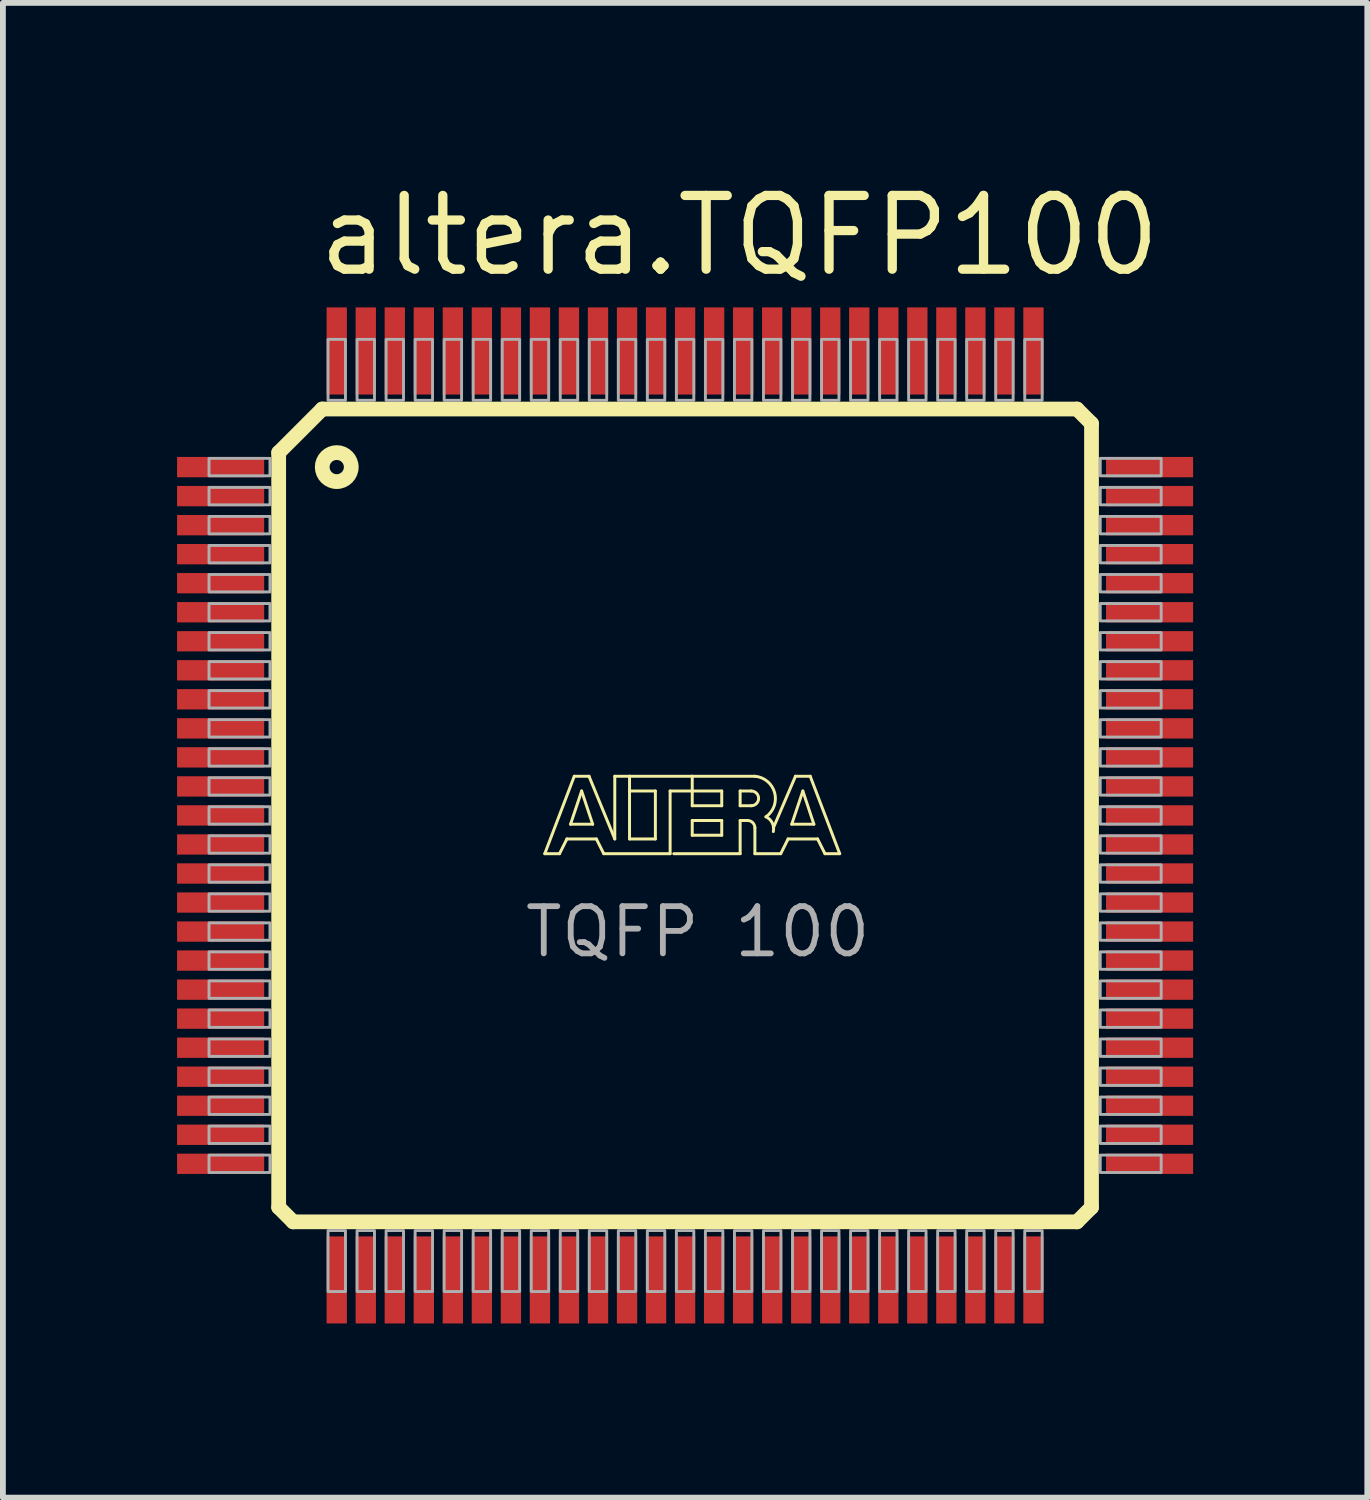
<source format=kicad_pcb>
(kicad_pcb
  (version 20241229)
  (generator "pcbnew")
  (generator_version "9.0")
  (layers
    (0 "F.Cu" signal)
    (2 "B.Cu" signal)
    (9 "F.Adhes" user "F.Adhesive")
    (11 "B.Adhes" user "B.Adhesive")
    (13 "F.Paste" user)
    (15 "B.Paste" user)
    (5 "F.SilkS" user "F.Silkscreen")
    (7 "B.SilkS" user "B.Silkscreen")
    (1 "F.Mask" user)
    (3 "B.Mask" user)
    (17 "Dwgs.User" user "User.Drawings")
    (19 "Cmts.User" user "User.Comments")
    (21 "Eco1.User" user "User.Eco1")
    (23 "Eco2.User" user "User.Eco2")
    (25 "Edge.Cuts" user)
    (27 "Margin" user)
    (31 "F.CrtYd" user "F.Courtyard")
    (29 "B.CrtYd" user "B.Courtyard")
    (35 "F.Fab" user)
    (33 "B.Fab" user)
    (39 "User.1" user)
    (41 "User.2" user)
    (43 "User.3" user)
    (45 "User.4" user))
  (footprint "altera.TQFP100"
    (layer "F.Cu")
    (at 8.75 10.995)
    (property "Reference" "altera.TQFP100" (at -6.395 -9.245 0) (layer "F.SilkS") (effects (font (size 1.27 1.27) (thickness 0.16)) (justify left bottom)))
    (attr smd)
    (fp_line (start -7 -6.25) (end -6.25 -7) (stroke (width 0.254) (type default)) (layer "F.SilkS"))
    (fp_line (start -7 6.75) (end -7 -6.25) (stroke (width 0.254) (type default)) (layer "F.SilkS"))
    (fp_line (start -6.75 7) (end -7 6.75) (stroke (width 0.254) (type default)) (layer "F.SilkS"))
    (fp_line (start -6.25 -7) (end 6.75 -7) (stroke (width 0.254) (type default)) (layer "F.SilkS"))
    (fp_line (start -2.417 0.659) (end -1.909 -0.675) (stroke (width 0.051) (type default)) (layer "F.SilkS"))
    (fp_line (start -2.163 0.659) (end -2.417 0.659) (stroke (width 0.051) (type default)) (layer "F.SilkS"))
    (fp_line (start -2.036 0.405) (end -2.163 0.659) (stroke (width 0.051) (type default)) (layer "F.SilkS"))
    (fp_line (start -1.973 0.151) (end -1.592 0.151) (stroke (width 0.051) (type default)) (layer "F.SilkS"))
    (fp_line (start -1.909 -0.675) (end -1.655 -0.675) (stroke (width 0.051) (type default)) (layer "F.SilkS"))
    (fp_line (start -1.782 -0.421) (end -1.973 0.151) (stroke (width 0.051) (type default)) (layer "F.SilkS"))
    (fp_line (start -1.655 -0.675) (end -1.211 0.405) (stroke (width 0.051) (type default)) (layer "F.SilkS"))
    (fp_line (start -1.592 0.151) (end -1.782 -0.421) (stroke (width 0.051) (type default)) (layer "F.SilkS"))
    (fp_line (start -1.528 0.405) (end -2.036 0.405) (stroke (width 0.051) (type default)) (layer "F.SilkS"))
    (fp_line (start -1.401 0.659) (end -1.528 0.405) (stroke (width 0.051) (type default)) (layer "F.SilkS"))
    (fp_line (start -1.211 -0.675) (end -0.957 -0.675) (stroke (width 0.051) (type default)) (layer "F.SilkS"))
    (fp_line (start -1.211 0.405) (end -1.211 -0.675) (stroke (width 0.051) (type default)) (layer "F.SilkS"))
    (fp_line (start -0.957 -0.675) (end -0.957 -0.421) (stroke (width 0.051) (type default)) (layer "F.SilkS"))
    (fp_line (start -0.957 -0.675) (end 0.123 -0.675) (stroke (width 0.051) (type default)) (layer "F.SilkS"))
    (fp_line (start -0.957 -0.421) (end -0.957 0.405) (stroke (width 0.051) (type default)) (layer "F.SilkS"))
    (fp_line (start -0.957 0.405) (end -0.512 0.405) (stroke (width 0.051) (type default)) (layer "F.SilkS"))
    (fp_line (start -0.512 -0.421) (end -0.957 -0.421) (stroke (width 0.051) (type default)) (layer "F.SilkS"))
    (fp_line (start -0.512 0.405) (end -0.512 -0.421) (stroke (width 0.051) (type default)) (layer "F.SilkS"))
    (fp_line (start -0.258 -0.421) (end -0.258 0.659) (stroke (width 0.051) (type default)) (layer "F.SilkS"))
    (fp_line (start -0.258 0.659) (end -1.401 0.659) (stroke (width 0.051) (type default)) (layer "F.SilkS"))
    (fp_line (start 0.123 -0.675) (end 0.123 -0.421) (stroke (width 0.051) (type default)) (layer "F.SilkS"))
    (fp_line (start 0.123 -0.675) (end 1.202 -0.675) (stroke (width 0.051) (type default)) (layer "F.SilkS"))
    (fp_line (start 0.123 -0.421) (end -0.258 -0.421) (stroke (width 0.051) (type default)) (layer "F.SilkS"))
    (fp_line (start 0.123 -0.421) (end 0.123 -0.167) (stroke (width 0.051) (type default)) (layer "F.SilkS"))
    (fp_line (start 0.123 -0.167) (end 0.631 -0.167) (stroke (width 0.051) (type default)) (layer "F.SilkS"))
    (fp_line (start 0.123 0.087) (end 0.631 0.087) (stroke (width 0.051) (type default)) (layer "F.SilkS"))
    (fp_line (start 0.123 0.341) (end 0.123 0.087) (stroke (width 0.051) (type default)) (layer "F.SilkS"))
    (fp_line (start 0.631 -0.421) (end 0.123 -0.421) (stroke (width 0.051) (type default)) (layer "F.SilkS"))
    (fp_line (start 0.631 -0.167) (end 0.631 -0.421) (stroke (width 0.051) (type default)) (layer "F.SilkS"))
    (fp_line (start 0.631 0.087) (end 0.631 0.341) (stroke (width 0.051) (type default)) (layer "F.SilkS"))
    (fp_line (start 0.631 0.341) (end 0.123 0.341) (stroke (width 0.051) (type default)) (layer "F.SilkS"))
    (fp_line (start 0.948 -0.421) (end 0.948 -0.167) (stroke (width 0.051) (type default)) (layer "F.SilkS"))
    (fp_line (start 0.948 -0.167) (end 1.139 -0.167) (stroke (width 0.051) (type default)) (layer "F.SilkS"))
    (fp_line (start 0.948 0.087) (end 0.948 0.659) (stroke (width 0.051) (type default)) (layer "F.SilkS"))
    (fp_line (start 0.948 0.087) (end 1.075 0.087) (stroke (width 0.051) (type default)) (layer "F.SilkS"))
    (fp_line (start 0.948 0.659) (end -0.195 0.659) (stroke (width 0.051) (type default)) (layer "F.SilkS"))
    (fp_line (start 1.139 -0.421) (end 0.948 -0.421) (stroke (width 0.051) (type default)) (layer "F.SilkS"))
    (fp_line (start 1.202 0.214) (end 1.202 0.659) (stroke (width 0.051) (type default)) (layer "F.SilkS"))
    (fp_line (start 1.202 0.659) (end 1.647 0.659) (stroke (width 0.051) (type default)) (layer "F.SilkS"))
    (fp_line (start 1.647 0.659) (end 1.774 0.405) (stroke (width 0.051) (type default)) (layer "F.SilkS"))
    (fp_line (start 1.774 0.405) (end 2.282 0.405) (stroke (width 0.051) (type default)) (layer "F.SilkS"))
    (fp_line (start 1.837 0.151) (end 2.028 -0.421) (stroke (width 0.051) (type default)) (layer "F.SilkS"))
    (fp_line (start 1.901 -0.675) (end 1.52 0.214) (stroke (width 0.051) (type default)) (layer "F.SilkS"))
    (fp_line (start 2.028 -0.421) (end 2.218 0.151) (stroke (width 0.051) (type default)) (layer "F.SilkS"))
    (fp_line (start 2.155 -0.675) (end 1.901 -0.675) (stroke (width 0.051) (type default)) (layer "F.SilkS"))
    (fp_line (start 2.218 0.151) (end 1.837 0.151) (stroke (width 0.051) (type default)) (layer "F.SilkS"))
    (fp_line (start 2.282 0.405) (end 2.409 0.659) (stroke (width 0.051) (type default)) (layer "F.SilkS"))
    (fp_line (start 2.409 0.659) (end 2.663 0.659) (stroke (width 0.051) (type default)) (layer "F.SilkS"))
    (fp_line (start 2.663 0.659) (end 2.155 -0.675) (stroke (width 0.051) (type default)) (layer "F.SilkS"))
    (fp_line (start 6.75 -7) (end 7 -6.75) (stroke (width 0.254) (type default)) (layer "F.SilkS"))
    (fp_line (start 6.75 7) (end -6.75 7) (stroke (width 0.254) (type default)) (layer "F.SilkS"))
    (fp_line (start 7 -6.75) (end 7 6.75) (stroke (width 0.254) (type default)) (layer "F.SilkS"))
    (fp_line (start 7 6.75) (end 6.75 7) (stroke (width 0.254) (type default)) (layer "F.SilkS"))
    (fp_arc (start 1.075 0.087) (mid 1.164803 0.124197) (end 1.202 0.214) (stroke (width 0.0508) (type default)) (layer "F.SilkS"))
    (fp_arc (start 1.139 -0.421) (mid 1.266 -0.294) (end 1.139 -0.167) (stroke (width 0.0508) (type default)) (layer "F.SilkS"))
    (fp_arc (start 1.202 -0.675) (mid 1.542015 -0.39233) (end 1.3928 0.0239) (stroke (width 0.0508) (type default)) (layer "F.SilkS"))
    (fp_arc (start 1.3929 0.0234) (mid 1.500901 0.128252) (end 1.5197 0.2776) (stroke (width 0.0508) (type default)) (layer "F.SilkS"))
    (fp_circle (center -6 -6) (end -5.75 -6) (stroke (width 0.254) (type default)) (fill no) (layer "F.SilkS"))
    (fp_rect (start -8.2 -5.85) (end -7.15 -6.15) (stroke (width 0.05) (type default)) (fill no) (layer "F.Fab"))
    (fp_rect (start -8.2 -5.35) (end -7.15 -5.65) (stroke (width 0.05) (type default)) (fill no) (layer "F.Fab"))
    (fp_rect (start -8.2 -4.85) (end -7.15 -5.15) (stroke (width 0.05) (type default)) (fill no) (layer "F.Fab"))
    (fp_rect (start -8.2 -4.35) (end -7.15 -4.65) (stroke (width 0.05) (type default)) (fill no) (layer "F.Fab"))
    (fp_rect (start -8.2 -3.85) (end -7.15 -4.15) (stroke (width 0.05) (type default)) (fill no) (layer "F.Fab"))
    (fp_rect (start -8.2 -3.35) (end -7.15 -3.65) (stroke (width 0.05) (type default)) (fill no) (layer "F.Fab"))
    (fp_rect (start -8.2 -2.85) (end -7.15 -3.15) (stroke (width 0.05) (type default)) (fill no) (layer "F.Fab"))
    (fp_rect (start -8.2 -2.35) (end -7.15 -2.65) (stroke (width 0.05) (type default)) (fill no) (layer "F.Fab"))
    (fp_rect (start -8.2 -1.85) (end -7.15 -2.15) (stroke (width 0.05) (type default)) (fill no) (layer "F.Fab"))
    (fp_rect (start -8.2 -1.35) (end -7.15 -1.65) (stroke (width 0.05) (type default)) (fill no) (layer "F.Fab"))
    (fp_rect (start -8.2 -0.85) (end -7.15 -1.15) (stroke (width 0.05) (type default)) (fill no) (layer "F.Fab"))
    (fp_rect (start -8.2 -0.35) (end -7.15 -0.65) (stroke (width 0.05) (type default)) (fill no) (layer "F.Fab"))
    (fp_rect (start -8.2 0.15) (end -7.15 -0.15) (stroke (width 0.05) (type default)) (fill no) (layer "F.Fab"))
    (fp_rect (start -8.2 0.65) (end -7.15 0.35) (stroke (width 0.05) (type default)) (fill no) (layer "F.Fab"))
    (fp_rect (start -8.2 1.15) (end -7.15 0.85) (stroke (width 0.05) (type default)) (fill no) (layer "F.Fab"))
    (fp_rect (start -8.2 1.65) (end -7.15 1.35) (stroke (width 0.05) (type default)) (fill no) (layer "F.Fab"))
    (fp_rect (start -8.2 2.15) (end -7.15 1.85) (stroke (width 0.05) (type default)) (fill no) (layer "F.Fab"))
    (fp_rect (start -8.2 2.65) (end -7.15 2.35) (stroke (width 0.05) (type default)) (fill no) (layer "F.Fab"))
    (fp_rect (start -8.2 3.15) (end -7.15 2.85) (stroke (width 0.05) (type default)) (fill no) (layer "F.Fab"))
    (fp_rect (start -8.2 3.65) (end -7.15 3.35) (stroke (width 0.05) (type default)) (fill no) (layer "F.Fab"))
    (fp_rect (start -8.2 4.15) (end -7.15 3.85) (stroke (width 0.05) (type default)) (fill no) (layer "F.Fab"))
    (fp_rect (start -8.2 4.65) (end -7.15 4.35) (stroke (width 0.05) (type default)) (fill no) (layer "F.Fab"))
    (fp_rect (start -8.2 5.15) (end -7.15 4.85) (stroke (width 0.05) (type default)) (fill no) (layer "F.Fab"))
    (fp_rect (start -8.2 5.65) (end -7.15 5.35) (stroke (width 0.05) (type default)) (fill no) (layer "F.Fab"))
    (fp_rect (start -8.2 6.15) (end -7.15 5.85) (stroke (width 0.05) (type default)) (fill no) (layer "F.Fab"))
    (fp_rect (start -6.15 -7.15) (end -5.85 -8.2) (stroke (width 0.05) (type default)) (fill no) (layer "F.Fab"))
    (fp_rect (start -6.15 8.2) (end -5.85 7.15) (stroke (width 0.05) (type default)) (fill no) (layer "F.Fab"))
    (fp_rect (start -5.65 -7.15) (end -5.35 -8.2) (stroke (width 0.05) (type default)) (fill no) (layer "F.Fab"))
    (fp_rect (start -5.65 8.2) (end -5.35 7.15) (stroke (width 0.05) (type default)) (fill no) (layer "F.Fab"))
    (fp_rect (start -5.15 -7.15) (end -4.85 -8.2) (stroke (width 0.05) (type default)) (fill no) (layer "F.Fab"))
    (fp_rect (start -5.15 8.2) (end -4.85 7.15) (stroke (width 0.05) (type default)) (fill no) (layer "F.Fab"))
    (fp_rect (start -4.65 -7.15) (end -4.35 -8.2) (stroke (width 0.05) (type default)) (fill no) (layer "F.Fab"))
    (fp_rect (start -4.65 8.2) (end -4.35 7.15) (stroke (width 0.05) (type default)) (fill no) (layer "F.Fab"))
    (fp_rect (start -4.15 -7.15) (end -3.85 -8.2) (stroke (width 0.05) (type default)) (fill no) (layer "F.Fab"))
    (fp_rect (start -4.15 8.2) (end -3.85 7.15) (stroke (width 0.05) (type default)) (fill no) (layer "F.Fab"))
    (fp_rect (start -3.65 -7.15) (end -3.35 -8.2) (stroke (width 0.05) (type default)) (fill no) (layer "F.Fab"))
    (fp_rect (start -3.65 8.2) (end -3.35 7.15) (stroke (width 0.05) (type default)) (fill no) (layer "F.Fab"))
    (fp_rect (start -3.15 -7.15) (end -2.85 -8.2) (stroke (width 0.05) (type default)) (fill no) (layer "F.Fab"))
    (fp_rect (start -3.15 8.2) (end -2.85 7.15) (stroke (width 0.05) (type default)) (fill no) (layer "F.Fab"))
    (fp_rect (start -2.65 -7.15) (end -2.35 -8.2) (stroke (width 0.05) (type default)) (fill no) (layer "F.Fab"))
    (fp_rect (start -2.65 8.2) (end -2.35 7.15) (stroke (width 0.05) (type default)) (fill no) (layer "F.Fab"))
    (fp_rect (start -2.15 -7.15) (end -1.85 -8.2) (stroke (width 0.05) (type default)) (fill no) (layer "F.Fab"))
    (fp_rect (start -2.15 8.2) (end -1.85 7.15) (stroke (width 0.05) (type default)) (fill no) (layer "F.Fab"))
    (fp_rect (start -1.65 -7.15) (end -1.35 -8.2) (stroke (width 0.05) (type default)) (fill no) (layer "F.Fab"))
    (fp_rect (start -1.65 8.2) (end -1.35 7.15) (stroke (width 0.05) (type default)) (fill no) (layer "F.Fab"))
    (fp_rect (start -1.15 -7.15) (end -0.85 -8.2) (stroke (width 0.05) (type default)) (fill no) (layer "F.Fab"))
    (fp_rect (start -1.15 8.2) (end -0.85 7.15) (stroke (width 0.05) (type default)) (fill no) (layer "F.Fab"))
    (fp_rect (start -0.65 -7.15) (end -0.35 -8.2) (stroke (width 0.05) (type default)) (fill no) (layer "F.Fab"))
    (fp_rect (start -0.65 8.2) (end -0.35 7.15) (stroke (width 0.05) (type default)) (fill no) (layer "F.Fab"))
    (fp_rect (start -0.15 -7.15) (end 0.15 -8.2) (stroke (width 0.05) (type default)) (fill no) (layer "F.Fab"))
    (fp_rect (start -0.15 8.2) (end 0.15 7.15) (stroke (width 0.05) (type default)) (fill no) (layer "F.Fab"))
    (fp_rect (start 0.35 -7.15) (end 0.65 -8.2) (stroke (width 0.05) (type default)) (fill no) (layer "F.Fab"))
    (fp_rect (start 0.35 8.2) (end 0.65 7.15) (stroke (width 0.05) (type default)) (fill no) (layer "F.Fab"))
    (fp_rect (start 0.85 -7.15) (end 1.15 -8.2) (stroke (width 0.05) (type default)) (fill no) (layer "F.Fab"))
    (fp_rect (start 0.85 8.2) (end 1.15 7.15) (stroke (width 0.05) (type default)) (fill no) (layer "F.Fab"))
    (fp_rect (start 1.35 -7.15) (end 1.65 -8.2) (stroke (width 0.05) (type default)) (fill no) (layer "F.Fab"))
    (fp_rect (start 1.35 8.2) (end 1.65 7.15) (stroke (width 0.05) (type default)) (fill no) (layer "F.Fab"))
    (fp_rect (start 1.85 -7.15) (end 2.15 -8.2) (stroke (width 0.05) (type default)) (fill no) (layer "F.Fab"))
    (fp_rect (start 1.85 8.2) (end 2.15 7.15) (stroke (width 0.05) (type default)) (fill no) (layer "F.Fab"))
    (fp_rect (start 2.35 -7.15) (end 2.65 -8.2) (stroke (width 0.05) (type default)) (fill no) (layer "F.Fab"))
    (fp_rect (start 2.35 8.2) (end 2.65 7.15) (stroke (width 0.05) (type default)) (fill no) (layer "F.Fab"))
    (fp_rect (start 2.85 -7.15) (end 3.15 -8.2) (stroke (width 0.05) (type default)) (fill no) (layer "F.Fab"))
    (fp_rect (start 2.85 8.2) (end 3.15 7.15) (stroke (width 0.05) (type default)) (fill no) (layer "F.Fab"))
    (fp_rect (start 3.35 -7.15) (end 3.65 -8.2) (stroke (width 0.05) (type default)) (fill no) (layer "F.Fab"))
    (fp_rect (start 3.35 8.2) (end 3.65 7.15) (stroke (width 0.05) (type default)) (fill no) (layer "F.Fab"))
    (fp_rect (start 3.85 -7.15) (end 4.15 -8.2) (stroke (width 0.05) (type default)) (fill no) (layer "F.Fab"))
    (fp_rect (start 3.85 8.2) (end 4.15 7.15) (stroke (width 0.05) (type default)) (fill no) (layer "F.Fab"))
    (fp_rect (start 4.35 -7.15) (end 4.65 -8.2) (stroke (width 0.05) (type default)) (fill no) (layer "F.Fab"))
    (fp_rect (start 4.35 8.2) (end 4.65 7.15) (stroke (width 0.05) (type default)) (fill no) (layer "F.Fab"))
    (fp_rect (start 4.85 -7.15) (end 5.15 -8.2) (stroke (width 0.05) (type default)) (fill no) (layer "F.Fab"))
    (fp_rect (start 4.85 8.2) (end 5.15 7.15) (stroke (width 0.05) (type default)) (fill no) (layer "F.Fab"))
    (fp_rect (start 5.35 -7.15) (end 5.65 -8.2) (stroke (width 0.05) (type default)) (fill no) (layer "F.Fab"))
    (fp_rect (start 5.35 8.2) (end 5.65 7.15) (stroke (width 0.05) (type default)) (fill no) (layer "F.Fab"))
    (fp_rect (start 5.85 -7.15) (end 6.15 -8.2) (stroke (width 0.05) (type default)) (fill no) (layer "F.Fab"))
    (fp_rect (start 5.85 8.2) (end 6.15 7.15) (stroke (width 0.05) (type default)) (fill no) (layer "F.Fab"))
    (fp_rect (start 7.15 -5.85) (end 8.2 -6.15) (stroke (width 0.05) (type default)) (fill no) (layer "F.Fab"))
    (fp_rect (start 7.15 -5.35) (end 8.2 -5.65) (stroke (width 0.05) (type default)) (fill no) (layer "F.Fab"))
    (fp_rect (start 7.15 -4.85) (end 8.2 -5.15) (stroke (width 0.05) (type default)) (fill no) (layer "F.Fab"))
    (fp_rect (start 7.15 -4.35) (end 8.2 -4.65) (stroke (width 0.05) (type default)) (fill no) (layer "F.Fab"))
    (fp_rect (start 7.15 -3.85) (end 8.2 -4.15) (stroke (width 0.05) (type default)) (fill no) (layer "F.Fab"))
    (fp_rect (start 7.15 -3.35) (end 8.2 -3.65) (stroke (width 0.05) (type default)) (fill no) (layer "F.Fab"))
    (fp_rect (start 7.15 -2.85) (end 8.2 -3.15) (stroke (width 0.05) (type default)) (fill no) (layer "F.Fab"))
    (fp_rect (start 7.15 -2.35) (end 8.2 -2.65) (stroke (width 0.05) (type default)) (fill no) (layer "F.Fab"))
    (fp_rect (start 7.15 -1.85) (end 8.2 -2.15) (stroke (width 0.05) (type default)) (fill no) (layer "F.Fab"))
    (fp_rect (start 7.15 -1.35) (end 8.2 -1.65) (stroke (width 0.05) (type default)) (fill no) (layer "F.Fab"))
    (fp_rect (start 7.15 -0.85) (end 8.2 -1.15) (stroke (width 0.05) (type default)) (fill no) (layer "F.Fab"))
    (fp_rect (start 7.15 -0.35) (end 8.2 -0.65) (stroke (width 0.05) (type default)) (fill no) (layer "F.Fab"))
    (fp_rect (start 7.15 0.15) (end 8.2 -0.15) (stroke (width 0.05) (type default)) (fill no) (layer "F.Fab"))
    (fp_rect (start 7.15 0.65) (end 8.2 0.35) (stroke (width 0.05) (type default)) (fill no) (layer "F.Fab"))
    (fp_rect (start 7.15 1.15) (end 8.2 0.85) (stroke (width 0.05) (type default)) (fill no) (layer "F.Fab"))
    (fp_rect (start 7.15 1.65) (end 8.2 1.35) (stroke (width 0.05) (type default)) (fill no) (layer "F.Fab"))
    (fp_rect (start 7.15 2.15) (end 8.2 1.85) (stroke (width 0.05) (type default)) (fill no) (layer "F.Fab"))
    (fp_rect (start 7.15 2.65) (end 8.2 2.35) (stroke (width 0.05) (type default)) (fill no) (layer "F.Fab"))
    (fp_rect (start 7.15 3.15) (end 8.2 2.85) (stroke (width 0.05) (type default)) (fill no) (layer "F.Fab"))
    (fp_rect (start 7.15 3.65) (end 8.2 3.35) (stroke (width 0.05) (type default)) (fill no) (layer "F.Fab"))
    (fp_rect (start 7.15 4.15) (end 8.2 3.85) (stroke (width 0.05) (type default)) (fill no) (layer "F.Fab"))
    (fp_rect (start 7.15 4.65) (end 8.2 4.35) (stroke (width 0.05) (type default)) (fill no) (layer "F.Fab"))
    (fp_rect (start 7.15 5.15) (end 8.2 4.85) (stroke (width 0.05) (type default)) (fill no) (layer "F.Fab"))
    (fp_rect (start 7.15 5.65) (end 8.2 5.35) (stroke (width 0.05) (type default)) (fill no) (layer "F.Fab"))
    (fp_rect (start 7.15 6.15) (end 8.2 5.85) (stroke (width 0.05) (type default)) (fill no) (layer "F.Fab"))
    (fp_text user "TQFP 100" (at -2.81 2.48 0) (layer "F.Fab") (effects (font (size 0.813 0.813) (thickness 0.1)) (justify left bottom)))
    (pad "1" smd roundrect (at -8 -6) (size 1.5 0.35) (layers "F.Cu" "F.Mask" "F.Paste") (roundrect_rratio 0.01))
    (pad "2" smd roundrect (at -8 -5.5) (size 1.5 0.35) (layers "F.Cu" "F.Mask" "F.Paste") (roundrect_rratio 0.01))
    (pad "3" smd roundrect (at -8 -5) (size 1.5 0.35) (layers "F.Cu" "F.Mask" "F.Paste") (roundrect_rratio 0.01))
    (pad "4" smd roundrect (at -8 -4.5) (size 1.5 0.35) (layers "F.Cu" "F.Mask" "F.Paste") (roundrect_rratio 0.01))
    (pad "5" smd roundrect (at -8 -4) (size 1.5 0.35) (layers "F.Cu" "F.Mask" "F.Paste") (roundrect_rratio 0.01))
    (pad "6" smd roundrect (at -8 -3.5) (size 1.5 0.35) (layers "F.Cu" "F.Mask" "F.Paste") (roundrect_rratio 0.01))
    (pad "7" smd roundrect (at -8 -3) (size 1.5 0.35) (layers "F.Cu" "F.Mask" "F.Paste") (roundrect_rratio 0.01))
    (pad "8" smd roundrect (at -8 -2.5) (size 1.5 0.35) (layers "F.Cu" "F.Mask" "F.Paste") (roundrect_rratio 0.01))
    (pad "9" smd roundrect (at -8 -2) (size 1.5 0.35) (layers "F.Cu" "F.Mask" "F.Paste") (roundrect_rratio 0.01))
    (pad "10" smd roundrect (at -8 -1.5) (size 1.5 0.35) (layers "F.Cu" "F.Mask" "F.Paste") (roundrect_rratio 0.01))
    (pad "11" smd roundrect (at -8 -1) (size 1.5 0.35) (layers "F.Cu" "F.Mask" "F.Paste") (roundrect_rratio 0.01))
    (pad "12" smd roundrect (at -8 -0.5) (size 1.5 0.35) (layers "F.Cu" "F.Mask" "F.Paste") (roundrect_rratio 0.01))
    (pad "13" smd roundrect (at -8 0) (size 1.5 0.35) (layers "F.Cu" "F.Mask" "F.Paste") (roundrect_rratio 0.01))
    (pad "14" smd roundrect (at -8 0.5) (size 1.5 0.35) (layers "F.Cu" "F.Mask" "F.Paste") (roundrect_rratio 0.01))
    (pad "15" smd roundrect (at -8 1) (size 1.5 0.35) (layers "F.Cu" "F.Mask" "F.Paste") (roundrect_rratio 0.01))
    (pad "16" smd roundrect (at -8 1.5) (size 1.5 0.35) (layers "F.Cu" "F.Mask" "F.Paste") (roundrect_rratio 0.01))
    (pad "17" smd roundrect (at -8 2) (size 1.5 0.35) (layers "F.Cu" "F.Mask" "F.Paste") (roundrect_rratio 0.01))
    (pad "18" smd roundrect (at -8 2.5) (size 1.5 0.35) (layers "F.Cu" "F.Mask" "F.Paste") (roundrect_rratio 0.01))
    (pad "19" smd roundrect (at -8 3) (size 1.5 0.35) (layers "F.Cu" "F.Mask" "F.Paste") (roundrect_rratio 0.01))
    (pad "20" smd roundrect (at -8 3.5) (size 1.5 0.35) (layers "F.Cu" "F.Mask" "F.Paste") (roundrect_rratio 0.01))
    (pad "21" smd roundrect (at -8 4) (size 1.5 0.35) (layers "F.Cu" "F.Mask" "F.Paste") (roundrect_rratio 0.01))
    (pad "22" smd roundrect (at -8 4.5) (size 1.5 0.35) (layers "F.Cu" "F.Mask" "F.Paste") (roundrect_rratio 0.01))
    (pad "23" smd roundrect (at -8 5) (size 1.5 0.35) (layers "F.Cu" "F.Mask" "F.Paste") (roundrect_rratio 0.01))
    (pad "24" smd roundrect (at -8 5.5) (size 1.5 0.35) (layers "F.Cu" "F.Mask" "F.Paste") (roundrect_rratio 0.01))
    (pad "25" smd roundrect (at -8 6) (size 1.5 0.35) (layers "F.Cu" "F.Mask" "F.Paste") (roundrect_rratio 0.01))
    (pad "26" smd roundrect (at -6 8) (size 0.35 1.5) (layers "F.Cu" "F.Mask" "F.Paste") (roundrect_rratio 0.01))
    (pad "27" smd roundrect (at -5.5 8) (size 0.35 1.5) (layers "F.Cu" "F.Mask" "F.Paste") (roundrect_rratio 0.01))
    (pad "28" smd roundrect (at -5 8) (size 0.35 1.5) (layers "F.Cu" "F.Mask" "F.Paste") (roundrect_rratio 0.01))
    (pad "29" smd roundrect (at -4.5 8) (size 0.35 1.5) (layers "F.Cu" "F.Mask" "F.Paste") (roundrect_rratio 0.01))
    (pad "30" smd roundrect (at -4 8) (size 0.35 1.5) (layers "F.Cu" "F.Mask" "F.Paste") (roundrect_rratio 0.01))
    (pad "31" smd roundrect (at -3.5 8) (size 0.35 1.5) (layers "F.Cu" "F.Mask" "F.Paste") (roundrect_rratio 0.01))
    (pad "32" smd roundrect (at -3 8) (size 0.35 1.5) (layers "F.Cu" "F.Mask" "F.Paste") (roundrect_rratio 0.01))
    (pad "33" smd roundrect (at -2.5 8) (size 0.35 1.5) (layers "F.Cu" "F.Mask" "F.Paste") (roundrect_rratio 0.01))
    (pad "34" smd roundrect (at -2 8) (size 0.35 1.5) (layers "F.Cu" "F.Mask" "F.Paste") (roundrect_rratio 0.01))
    (pad "35" smd roundrect (at -1.5 8) (size 0.35 1.5) (layers "F.Cu" "F.Mask" "F.Paste") (roundrect_rratio 0.01))
    (pad "36" smd roundrect (at -1 8) (size 0.35 1.5) (layers "F.Cu" "F.Mask" "F.Paste") (roundrect_rratio 0.01))
    (pad "37" smd roundrect (at -0.5 8) (size 0.35 1.5) (layers "F.Cu" "F.Mask" "F.Paste") (roundrect_rratio 0.01))
    (pad "38" smd roundrect (at 0 8) (size 0.35 1.5) (layers "F.Cu" "F.Mask" "F.Paste") (roundrect_rratio 0.01))
    (pad "39" smd roundrect (at 0.5 8) (size 0.35 1.5) (layers "F.Cu" "F.Mask" "F.Paste") (roundrect_rratio 0.01))
    (pad "40" smd roundrect (at 1 8) (size 0.35 1.5) (layers "F.Cu" "F.Mask" "F.Paste") (roundrect_rratio 0.01))
    (pad "41" smd roundrect (at 1.5 8) (size 0.35 1.5) (layers "F.Cu" "F.Mask" "F.Paste") (roundrect_rratio 0.01))
    (pad "42" smd roundrect (at 2 8) (size 0.35 1.5) (layers "F.Cu" "F.Mask" "F.Paste") (roundrect_rratio 0.01))
    (pad "43" smd roundrect (at 2.5 8) (size 0.35 1.5) (layers "F.Cu" "F.Mask" "F.Paste") (roundrect_rratio 0.01))
    (pad "44" smd roundrect (at 3 8) (size 0.35 1.5) (layers "F.Cu" "F.Mask" "F.Paste") (roundrect_rratio 0.01))
    (pad "45" smd roundrect (at 3.5 8) (size 0.35 1.5) (layers "F.Cu" "F.Mask" "F.Paste") (roundrect_rratio 0.01))
    (pad "46" smd roundrect (at 4 8) (size 0.35 1.5) (layers "F.Cu" "F.Mask" "F.Paste") (roundrect_rratio 0.01))
    (pad "47" smd roundrect (at 4.5 8) (size 0.35 1.5) (layers "F.Cu" "F.Mask" "F.Paste") (roundrect_rratio 0.01))
    (pad "48" smd roundrect (at 5 8) (size 0.35 1.5) (layers "F.Cu" "F.Mask" "F.Paste") (roundrect_rratio 0.01))
    (pad "49" smd roundrect (at 5.5 8) (size 0.35 1.5) (layers "F.Cu" "F.Mask" "F.Paste") (roundrect_rratio 0.01))
    (pad "50" smd roundrect (at 6 8) (size 0.35 1.5) (layers "F.Cu" "F.Mask" "F.Paste") (roundrect_rratio 0.01))
    (pad "51" smd roundrect (at 8 6) (size 1.5 0.35) (layers "F.Cu" "F.Mask" "F.Paste") (roundrect_rratio 0.01))
    (pad "52" smd roundrect (at 8 5.5) (size 1.5 0.35) (layers "F.Cu" "F.Mask" "F.Paste") (roundrect_rratio 0.01))
    (pad "53" smd roundrect (at 8 5) (size 1.5 0.35) (layers "F.Cu" "F.Mask" "F.Paste") (roundrect_rratio 0.01))
    (pad "54" smd roundrect (at 8 4.5) (size 1.5 0.35) (layers "F.Cu" "F.Mask" "F.Paste") (roundrect_rratio 0.01))
    (pad "55" smd roundrect (at 8 4) (size 1.5 0.35) (layers "F.Cu" "F.Mask" "F.Paste") (roundrect_rratio 0.01))
    (pad "56" smd roundrect (at 8 3.5) (size 1.5 0.35) (layers "F.Cu" "F.Mask" "F.Paste") (roundrect_rratio 0.01))
    (pad "57" smd roundrect (at 8 3) (size 1.5 0.35) (layers "F.Cu" "F.Mask" "F.Paste") (roundrect_rratio 0.01))
    (pad "58" smd roundrect (at 8 2.5) (size 1.5 0.35) (layers "F.Cu" "F.Mask" "F.Paste") (roundrect_rratio 0.01))
    (pad "59" smd roundrect (at 8 2) (size 1.5 0.35) (layers "F.Cu" "F.Mask" "F.Paste") (roundrect_rratio 0.01))
    (pad "60" smd roundrect (at 8 1.5) (size 1.5 0.35) (layers "F.Cu" "F.Mask" "F.Paste") (roundrect_rratio 0.01))
    (pad "61" smd roundrect (at 8 1) (size 1.5 0.35) (layers "F.Cu" "F.Mask" "F.Paste") (roundrect_rratio 0.01))
    (pad "62" smd roundrect (at 8 0.5) (size 1.5 0.35) (layers "F.Cu" "F.Mask" "F.Paste") (roundrect_rratio 0.01))
    (pad "63" smd roundrect (at 8 0) (size 1.5 0.35) (layers "F.Cu" "F.Mask" "F.Paste") (roundrect_rratio 0.01))
    (pad "64" smd roundrect (at 8 -0.5) (size 1.5 0.35) (layers "F.Cu" "F.Mask" "F.Paste") (roundrect_rratio 0.01))
    (pad "65" smd roundrect (at 8 -1) (size 1.5 0.35) (layers "F.Cu" "F.Mask" "F.Paste") (roundrect_rratio 0.01))
    (pad "66" smd roundrect (at 8 -1.5) (size 1.5 0.35) (layers "F.Cu" "F.Mask" "F.Paste") (roundrect_rratio 0.01))
    (pad "67" smd roundrect (at 8 -2) (size 1.5 0.35) (layers "F.Cu" "F.Mask" "F.Paste") (roundrect_rratio 0.01))
    (pad "68" smd roundrect (at 8 -2.5) (size 1.5 0.35) (layers "F.Cu" "F.Mask" "F.Paste") (roundrect_rratio 0.01))
    (pad "69" smd roundrect (at 8 -3) (size 1.5 0.35) (layers "F.Cu" "F.Mask" "F.Paste") (roundrect_rratio 0.01))
    (pad "70" smd roundrect (at 8 -3.5) (size 1.5 0.35) (layers "F.Cu" "F.Mask" "F.Paste") (roundrect_rratio 0.01))
    (pad "71" smd roundrect (at 8 -4) (size 1.5 0.35) (layers "F.Cu" "F.Mask" "F.Paste") (roundrect_rratio 0.01))
    (pad "72" smd roundrect (at 8 -4.5) (size 1.5 0.35) (layers "F.Cu" "F.Mask" "F.Paste") (roundrect_rratio 0.01))
    (pad "73" smd roundrect (at 8 -5) (size 1.5 0.35) (layers "F.Cu" "F.Mask" "F.Paste") (roundrect_rratio 0.01))
    (pad "74" smd roundrect (at 8 -5.5) (size 1.5 0.35) (layers "F.Cu" "F.Mask" "F.Paste") (roundrect_rratio 0.01))
    (pad "75" smd roundrect (at 8 -6) (size 1.5 0.35) (layers "F.Cu" "F.Mask" "F.Paste") (roundrect_rratio 0.01))
    (pad "76" smd roundrect (at 6 -8) (size 0.35 1.5) (layers "F.Cu" "F.Mask" "F.Paste") (roundrect_rratio 0.01))
    (pad "77" smd roundrect (at 5.5 -8) (size 0.35 1.5) (layers "F.Cu" "F.Mask" "F.Paste") (roundrect_rratio 0.01))
    (pad "78" smd roundrect (at 5 -8) (size 0.35 1.5) (layers "F.Cu" "F.Mask" "F.Paste") (roundrect_rratio 0.01))
    (pad "79" smd roundrect (at 4.5 -8) (size 0.35 1.5) (layers "F.Cu" "F.Mask" "F.Paste") (roundrect_rratio 0.01))
    (pad "80" smd roundrect (at 4 -8) (size 0.35 1.5) (layers "F.Cu" "F.Mask" "F.Paste") (roundrect_rratio 0.01))
    (pad "81" smd roundrect (at 3.5 -8) (size 0.35 1.5) (layers "F.Cu" "F.Mask" "F.Paste") (roundrect_rratio 0.01))
    (pad "82" smd roundrect (at 3 -8) (size 0.35 1.5) (layers "F.Cu" "F.Mask" "F.Paste") (roundrect_rratio 0.01))
    (pad "83" smd roundrect (at 2.5 -8) (size 0.35 1.5) (layers "F.Cu" "F.Mask" "F.Paste") (roundrect_rratio 0.01))
    (pad "84" smd roundrect (at 2 -8) (size 0.35 1.5) (layers "F.Cu" "F.Mask" "F.Paste") (roundrect_rratio 0.01))
    (pad "85" smd roundrect (at 1.5 -8) (size 0.35 1.5) (layers "F.Cu" "F.Mask" "F.Paste") (roundrect_rratio 0.01))
    (pad "86" smd roundrect (at 1 -8) (size 0.35 1.5) (layers "F.Cu" "F.Mask" "F.Paste") (roundrect_rratio 0.01))
    (pad "87" smd roundrect (at 0.5 -8) (size 0.35 1.5) (layers "F.Cu" "F.Mask" "F.Paste") (roundrect_rratio 0.01))
    (pad "88" smd roundrect (at 0 -8) (size 0.35 1.5) (layers "F.Cu" "F.Mask" "F.Paste") (roundrect_rratio 0.01))
    (pad "89" smd roundrect (at -0.5 -8) (size 0.35 1.5) (layers "F.Cu" "F.Mask" "F.Paste") (roundrect_rratio 0.01))
    (pad "90" smd roundrect (at -1 -8) (size 0.35 1.5) (layers "F.Cu" "F.Mask" "F.Paste") (roundrect_rratio 0.01))
    (pad "91" smd roundrect (at -1.5 -8) (size 0.35 1.5) (layers "F.Cu" "F.Mask" "F.Paste") (roundrect_rratio 0.01))
    (pad "92" smd roundrect (at -2 -8) (size 0.35 1.5) (layers "F.Cu" "F.Mask" "F.Paste") (roundrect_rratio 0.01))
    (pad "93" smd roundrect (at -2.5 -8) (size 0.35 1.5) (layers "F.Cu" "F.Mask" "F.Paste") (roundrect_rratio 0.01))
    (pad "94" smd roundrect (at -3 -8) (size 0.35 1.5) (layers "F.Cu" "F.Mask" "F.Paste") (roundrect_rratio 0.01))
    (pad "95" smd roundrect (at -3.5 -8) (size 0.35 1.5) (layers "F.Cu" "F.Mask" "F.Paste") (roundrect_rratio 0.01))
    (pad "96" smd roundrect (at -4 -8) (size 0.35 1.5) (layers "F.Cu" "F.Mask" "F.Paste") (roundrect_rratio 0.01))
    (pad "97" smd roundrect (at -4.5 -8) (size 0.35 1.5) (layers "F.Cu" "F.Mask" "F.Paste") (roundrect_rratio 0.01))
    (pad "98" smd roundrect (at -5 -8) (size 0.35 1.5) (layers "F.Cu" "F.Mask" "F.Paste") (roundrect_rratio 0.01))
    (pad "99" smd roundrect (at -5.5 -8) (size 0.35 1.5) (layers "F.Cu" "F.Mask" "F.Paste") (roundrect_rratio 0.01))
    (pad "100" smd roundrect (at -6 -8) (size 0.35 1.5) (layers "F.Cu" "F.Mask" "F.Paste") (roundrect_rratio 0.01)))
  (gr_rect
    (start -3 -3)
    (end 20.5 22.745)
    (stroke (width 0.1) (type default))
    (fill no)
    (layer "Edge.Cuts")))
</source>
